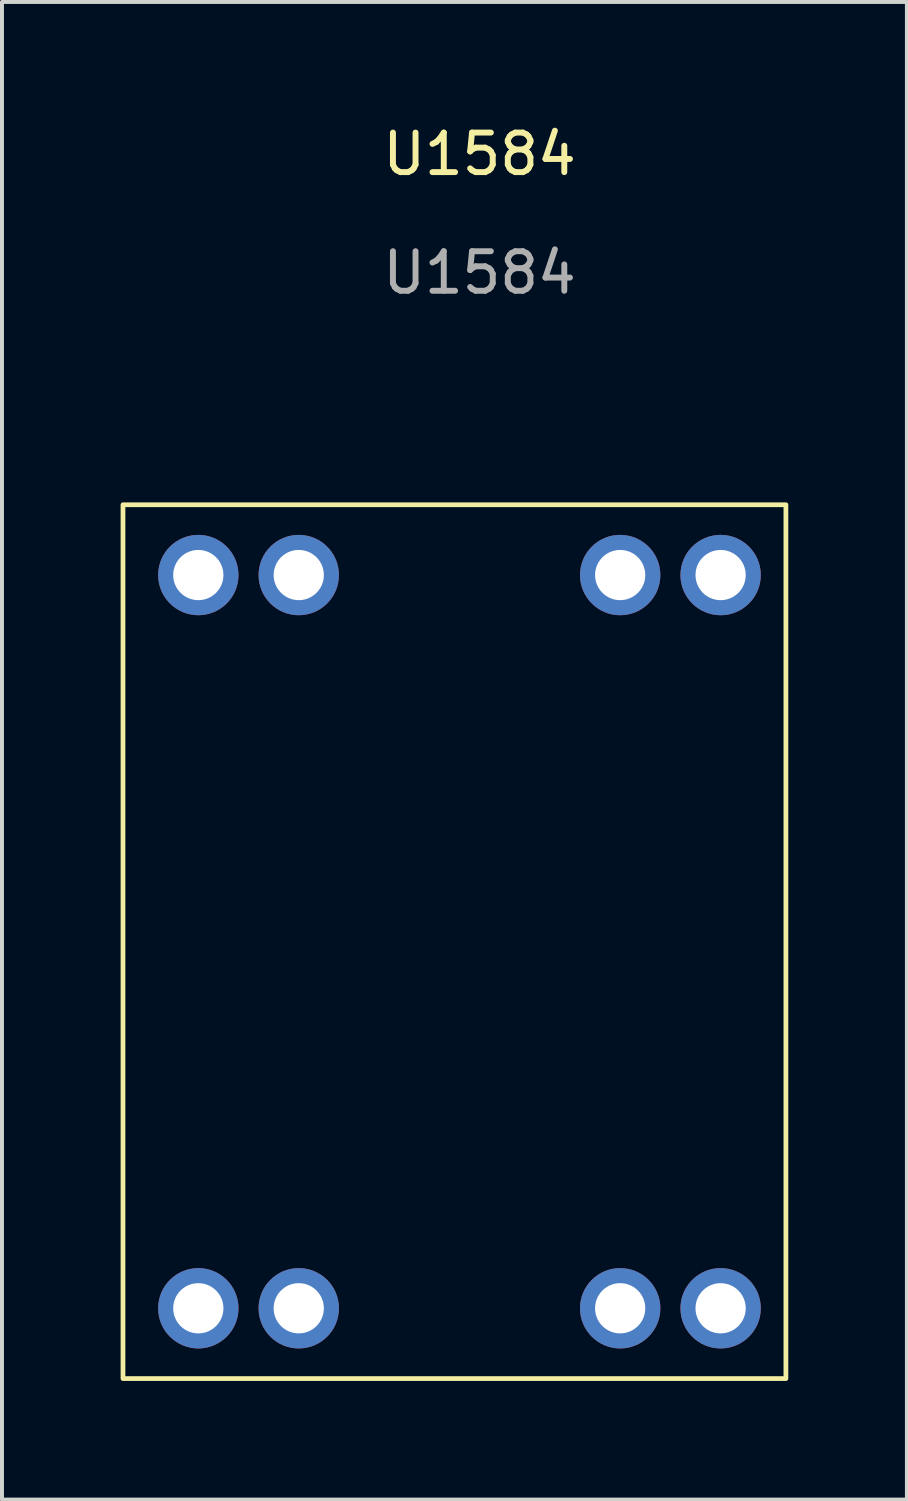
<source format=kicad_pcb>
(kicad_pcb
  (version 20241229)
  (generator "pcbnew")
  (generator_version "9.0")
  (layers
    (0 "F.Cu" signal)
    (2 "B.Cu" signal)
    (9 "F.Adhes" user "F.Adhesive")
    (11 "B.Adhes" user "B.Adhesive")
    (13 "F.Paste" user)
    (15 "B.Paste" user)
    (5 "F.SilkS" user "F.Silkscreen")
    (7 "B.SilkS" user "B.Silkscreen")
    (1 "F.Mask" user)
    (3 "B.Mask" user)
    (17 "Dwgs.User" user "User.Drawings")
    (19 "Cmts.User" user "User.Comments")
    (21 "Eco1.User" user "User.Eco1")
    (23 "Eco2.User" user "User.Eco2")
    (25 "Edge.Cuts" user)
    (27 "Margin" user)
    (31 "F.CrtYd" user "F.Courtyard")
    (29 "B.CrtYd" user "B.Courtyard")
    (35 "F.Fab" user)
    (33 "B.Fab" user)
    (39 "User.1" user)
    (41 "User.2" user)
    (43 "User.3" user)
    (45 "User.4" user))
  (footprint "U1584"
    (layer "F.Cu")
    (at 8.569 9.714)
    (property "Reference" "U1584" (at 0.508 -8.866 0) (unlocked yes) (layer "F.SilkS") (effects (font (size 1 1) (thickness 0.15))))
    (attr through_hole)
    (fp_rect (start 8.255 0) (end -8.509 22.098) (stroke (width 0.12) (type default)) (fill no) (layer "F.SilkS"))
    (fp_text user "${REFERENCE}" (at 0.508 -5.866 0) (unlocked yes) (layer "F.Fab") (effects (font (size 1 1) (thickness 0.15))))
    (pad "1" thru_hole circle (at -6.604 20.32) (size 2.032 2.032) (drill 1.27) (layers "*.Cu" "*.Mask"))
    (pad "2" thru_hole circle (at -4.064 20.32) (size 2.032 2.032) (drill 1.27) (layers "*.Cu" "*.Mask"))
    (pad "3" thru_hole circle (at 4.064 20.32) (size 2.032 2.032) (drill 1.27) (layers "*.Cu" "*.Mask"))
    (pad "4" thru_hole circle (at 6.604 20.32) (size 2.032 2.032) (drill 1.27) (layers "*.Cu" "*.Mask"))
    (pad "5" thru_hole circle (at 6.604 1.778) (size 2.032 2.032) (drill 1.27) (layers "*.Cu" "*.Mask"))
    (pad "6" thru_hole circle (at 4.064 1.778) (size 2.032 2.032) (drill 1.27) (layers "*.Cu" "*.Mask"))
    (pad "7" thru_hole circle (at -4.064 1.778) (size 2.032 2.032) (drill 1.27) (layers "*.Cu" "*.Mask"))
    (pad "8" thru_hole circle (at -6.604 1.778) (size 2.032 2.032) (drill 1.27) (layers "*.Cu" "*.Mask")))
  (gr_rect
    (start -3 -3)
    (end 19.884 34.872)
    (stroke (width 0.1) (type default))
    (fill no)
    (layer "Edge.Cuts")))
</source>
